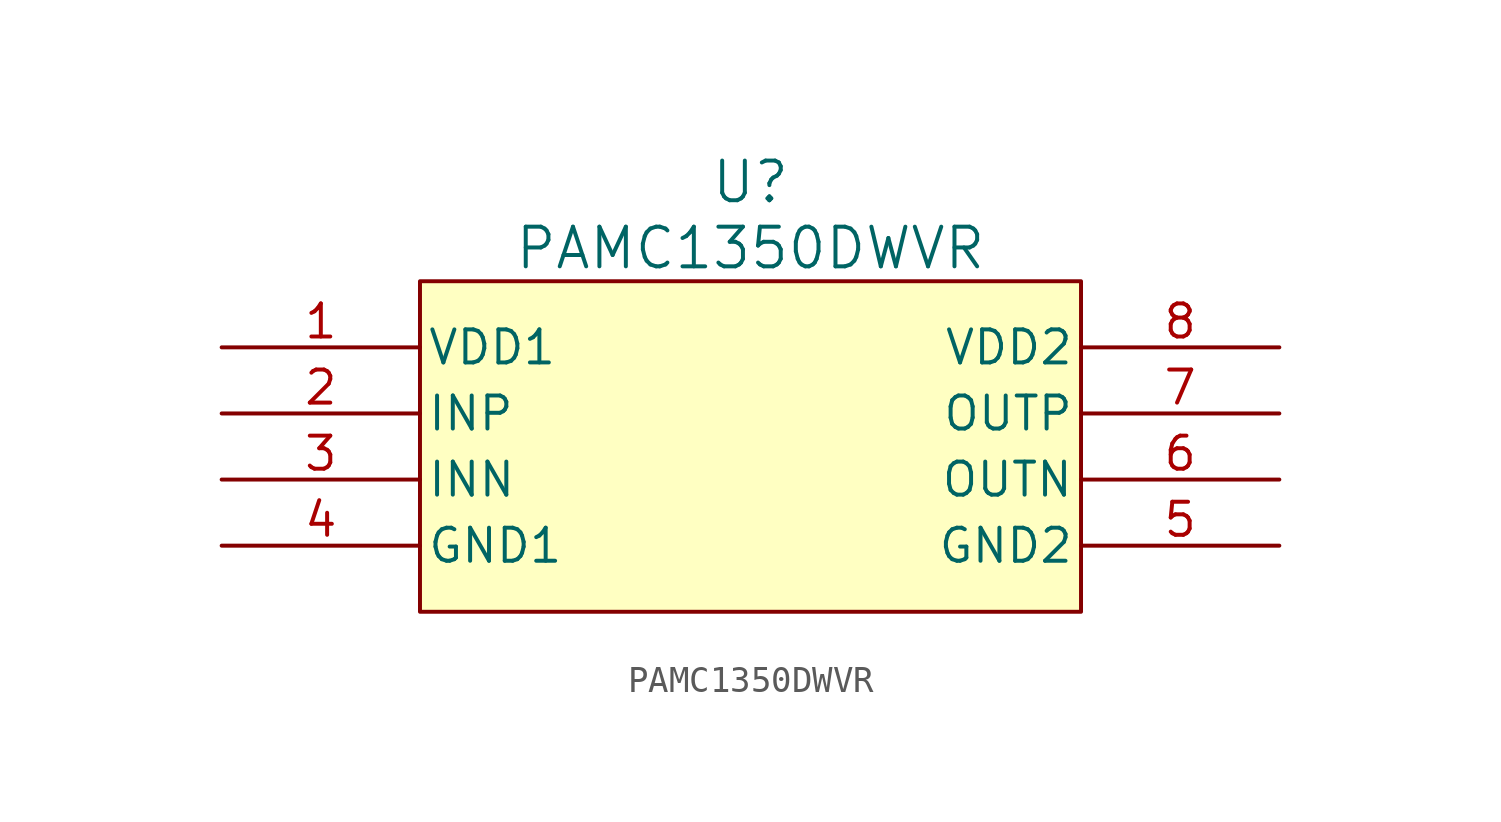
<source format=kicad_sym>
(kicad_symbol_lib
  (version 20220914)
  (generator kicad_symbol_editor)
  (symbol "PAMC1350DWVR"
    (pin_names
      (offset 0.254))
    (property "Reference" "U"
      (at 20.32 6.35 0)
      (effects (font (size 1.524 1.524))))
    (property "Value" "PAMC1350DWVR"
      (at 20.32 3.81 0)
      (effects (font (size 1.524 1.524))))
    (symbol "PAMC1350DWVR_0_1"
      (pin power_in line (at 0 0 0) (length 7.62) (name "VDD1" (effects (font (size 1.27 1.27)))) (number "1" (effects (font (size 1.27 1.27)))))
      (pin input line (at 0 -2.54 0) (length 7.62) (name "INP" (effects (font (size 1.27 1.27)))) (number "2" (effects (font (size 1.27 1.27)))))
      (pin input line (at 0 -5.08 0) (length 7.62) (name "INN" (effects (font (size 1.27 1.27)))) (number "3" (effects (font (size 1.27 1.27)))))
      (pin power_out line (at 0 -7.62 0) (length 7.62) (name "GND1" (effects (font (size 1.27 1.27)))) (number "4" (effects (font (size 1.27 1.27)))))
      (pin power_out line (at 40.64 -7.62 180) (length 7.62) (name "GND2" (effects (font (size 1.27 1.27)))) (number "5" (effects (font (size 1.27 1.27)))))
      (pin output line (at 40.64 -5.08 180) (length 7.62) (name "OUTN" (effects (font (size 1.27 1.27)))) (number "6" (effects (font (size 1.27 1.27)))))
      (pin output line (at 40.64 -2.54 180) (length 7.62) (name "OUTP" (effects (font (size 1.27 1.27)))) (number "7" (effects (font (size 1.27 1.27)))))
      (pin power_in line (at 40.64 0 180) (length 7.62) (name "VDD2" (effects (font (size 1.27 1.27)))) (number "8" (effects (font (size 1.27 1.27))))))
    (symbol "PAMC1350DWVR_1_1"
      (rectangle (start 7.62 2.54) (end 33.02 -10.16) (stroke (width 0) (type default)) (fill (type background))))))
</source>
